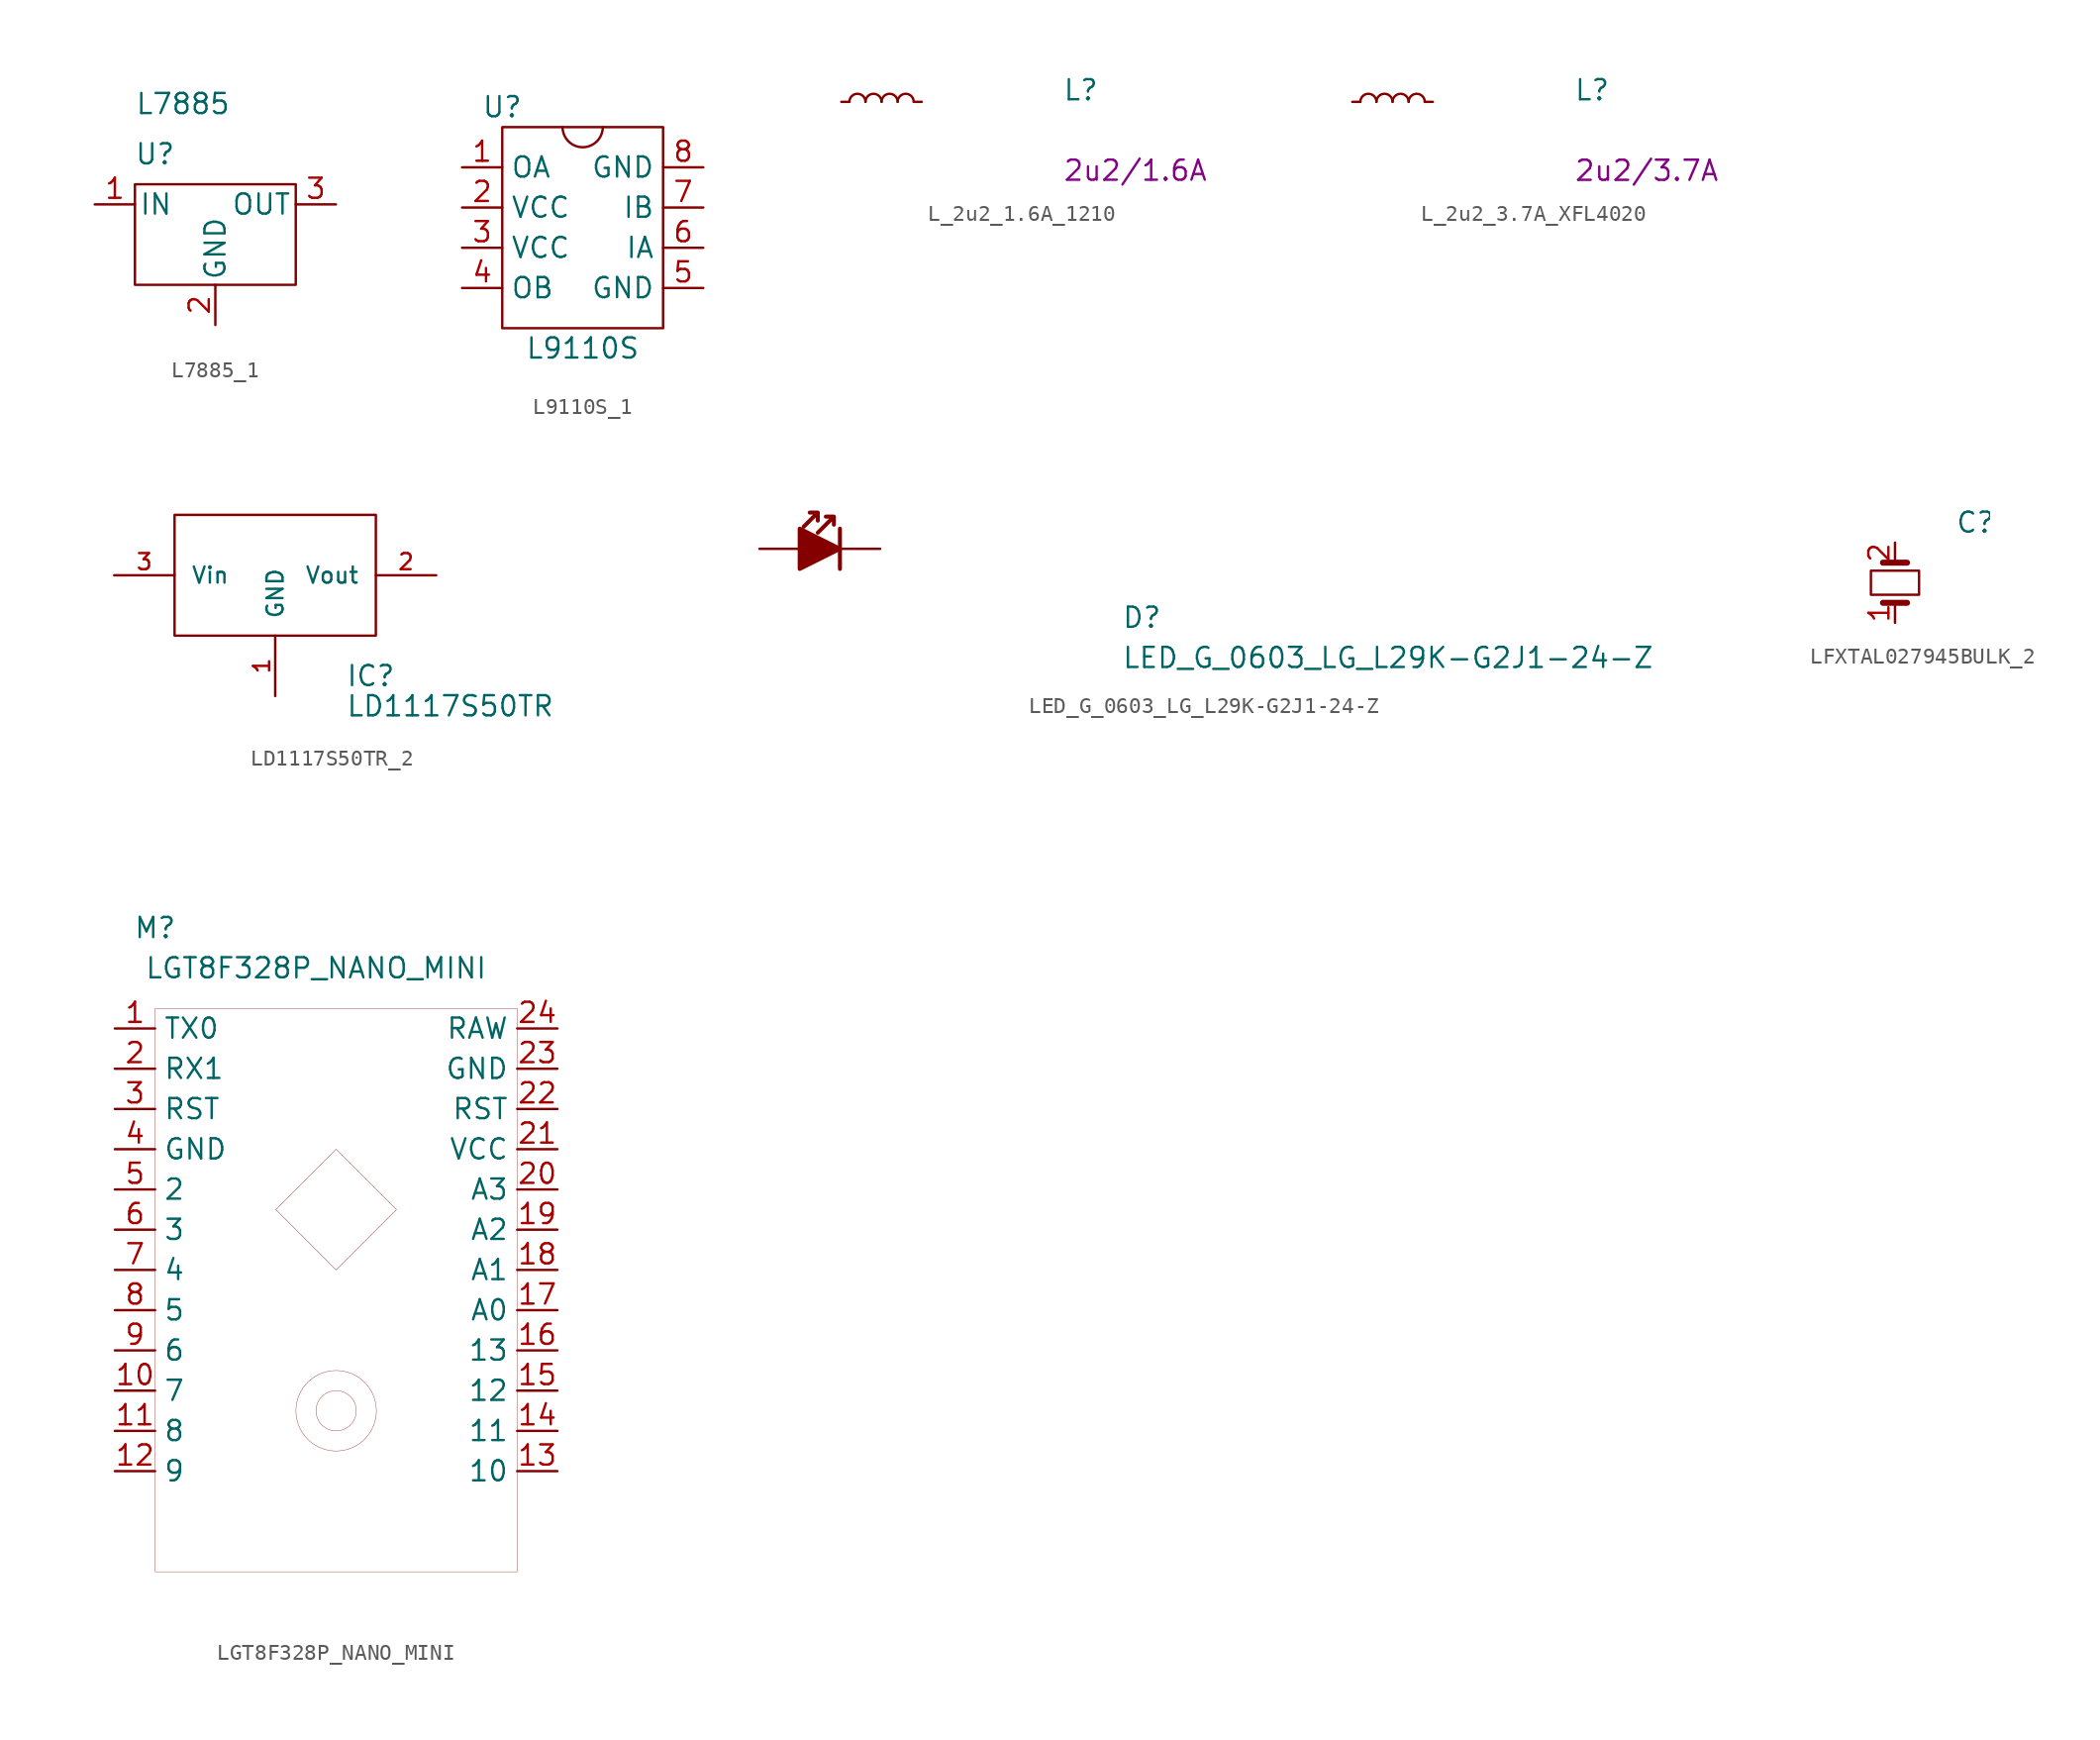
<source format=kicad_sym>
(kicad_symbol_lib
  (version 20231120)
  (generator "kicad_symbol_editor")
  (generator_version "8.0")
  (symbol "L7885_1"
    (pin_names
      (offset 0.254))
    (property "Reference" "U"
      (at -3.81 3.175 0)
      (effects (font (size 1.27 1.27))))
    (property "Value" "L7885"
      (at -5.08 6.35 0)
      (effects (font (size 1.27 1.27)) (justify left)))
    (symbol "L7885_1_0_1"
      (rectangle (start -5.08 1.27) (end 5.08 -5.08) (stroke (width 0) (type default)) (fill (type none))))
    (symbol "L7885_1_1_1"
      (pin power_in line (at -7.62 0 0) (length 2.54) (name "IN" (effects (font (size 1.27 1.27)))) (number "1" (effects (font (size 1.27 1.27)))))
      (pin power_in line (at 0 -7.62 90) (length 2.54) (name "GND" (effects (font (size 1.27 1.27)))) (number "2" (effects (font (size 1.27 1.27)))))
      (pin power_out line (at 7.62 0 180) (length 2.54) (name "OUT" (effects (font (size 1.27 1.27)))) (number "3" (effects (font (size 1.27 1.27)))))))
  (symbol "L9110S_1"
    (property "Reference" "U"
      (at -5.08 7.62 0)
      (effects (font (size 1.27 1.27))))
    (property "Value" "L9110S"
      (at 0 -7.62 0)
      (effects (font (size 1.27 1.27))))
    (symbol "L9110S_1_0_1"
      (rectangle (start -5.08 6.35) (end 5.08 -6.35) (stroke (width 0) (type default)) (fill (type none)))
      (arc (start -1.27 6.35) (mid 0 5.0855) (end 1.27 6.35) (stroke (width 0) (type default)) (fill (type none))))
    (symbol "L9110S_1_1_1"
      (pin input line (at -7.62 3.81 0) (length 2.54) (name "OA" (effects (font (size 1.27 1.27)))) (number "1" (effects (font (size 1.27 1.27)))))
      (pin input line (at -7.62 1.27 0) (length 2.54) (name "VCC" (effects (font (size 1.27 1.27)))) (number "2" (effects (font (size 1.27 1.27)))))
      (pin input line (at -7.62 -1.27 0) (length 2.54) (name "VCC" (effects (font (size 1.27 1.27)))) (number "3" (effects (font (size 1.27 1.27)))))
      (pin input line (at -7.62 -3.81 0) (length 2.54) (name "OB" (effects (font (size 1.27 1.27)))) (number "4" (effects (font (size 1.27 1.27)))))
      (pin input line (at 7.62 -3.81 180) (length 2.54) (name "GND" (effects (font (size 1.27 1.27)))) (number "5" (effects (font (size 1.27 1.27)))))
      (pin input line (at 7.62 -1.27 180) (length 2.54) (name "IA" (effects (font (size 1.27 1.27)))) (number "6" (effects (font (size 1.27 1.27)))))
      (pin input line (at 7.62 1.27 180) (length 2.54) (name "IB" (effects (font (size 1.27 1.27)))) (number "7" (effects (font (size 1.27 1.27)))))
      (pin input line (at 7.62 3.81 180) (length 2.54) (name "GND" (effects (font (size 1.27 1.27)))) (number "8" (effects (font (size 1.27 1.27)))))))
  (symbol "L_2u2_1.6A_1210"
    (pin_numbers hide)
    (pin_names hide)
    (property "Reference" "L"
      (at 13.97 0 0)
      (effects (font (size 1.27 1.27) (thickness 0.15)) (justify left bottom)))
    (property "Val" "2u2/1.6A"
      (at 13.97 -5.08 0)
      (effects (font (size 1.27 1.27) (thickness 0.15)) (justify left bottom)))
    (symbol "L_2u2_1.6A_1210_0_1"
      (arc (start 1.524 0) (mid 1.016 0.5058) (end 0.508 0) (stroke (width 0) (type default)) (fill (type none)))
      (arc (start 2.54 0) (mid 2.032 0.5058) (end 1.524 0) (stroke (width 0) (type default)) (fill (type none)))
      (arc (start 3.556 0) (mid 3.048 0.5058) (end 2.54 0) (stroke (width 0) (type default)) (fill (type none)))
      (arc (start 4.572 0) (mid 4.064 0.5058) (end 3.556 0) (stroke (width 0) (type default)) (fill (type none))))
    (symbol "L_2u2_1.6A_1210_1_1"
      (pin passive line (at 0 0 0) (length 0.508) (name "~" (effects (font (size 1.27 1.27)))) (number "1" (effects (font (size 1.27 1.27)))))
      (pin passive line (at 5.08 0 180) (length 0.508) (name "~" (effects (font (size 1.27 1.27)))) (number "2" (effects (font (size 1.27 1.27)))))))
  (symbol "L_2u2_3.7A_XFL4020"
    (pin_numbers hide)
    (pin_names hide)
    (property "Reference" "L"
      (at 13.97 0 0)
      (effects (font (size 1.27 1.27) (thickness 0.15)) (justify left bottom)))
    (property "Val" "2u2/3.7A"
      (at 13.97 -5.08 0)
      (effects (font (size 1.27 1.27)) (justify left bottom)))
    (symbol "L_2u2_3.7A_XFL4020_0_1"
      (arc (start 1.524 0) (mid 1.016 0.5058) (end 0.508 0) (stroke (width 0) (type default)) (fill (type none)))
      (arc (start 2.54 0) (mid 2.032 0.5058) (end 1.524 0) (stroke (width 0) (type default)) (fill (type none)))
      (arc (start 3.556 0) (mid 3.048 0.5058) (end 2.54 0) (stroke (width 0) (type default)) (fill (type none)))
      (arc (start 4.572 0) (mid 4.064 0.5058) (end 3.556 0) (stroke (width 0) (type default)) (fill (type none))))
    (symbol "L_2u2_3.7A_XFL4020_1_1"
      (pin passive line (at 0 0 0) (length 0.508) (name "~" (effects (font (size 1.27 1.27)))) (number "1" (effects (font (size 1.27 1.27)))))
      (pin passive line (at 5.08 0 180) (length 0.508) (name "~" (effects (font (size 1.27 1.27)))) (number "2" (effects (font (size 1.27 1.27)))))))
  (symbol "LD1117S50TR_2"
    (pin_names
      (offset 1.016))
    (property "Reference" "IC"
      (at 4.445 -6.35 0)
      (effects (font (size 1.27 1.27)) (justify left)))
    (property "Value" "LD1117S50TR"
      (at 4.445 -8.255 0)
      (effects (font (size 1.27 1.27)) (justify left)))
    (symbol "LD1117S50TR_2_1_1"
      (rectangle (start -6.35 -3.81) (end 6.35 3.81) (stroke (width 0) (type default)) (fill (type none)))
      (pin input line (at 0 -7.62 90) (length 3.81) (name "GND" (effects (font (size 1.016 1.016)))) (number "1" (effects (font (size 1.016 1.016)))))
      (pin input line (at 10.16 0 180) (length 3.81) (name "Vout" (effects (font (size 1.016 1.016)))) (number "2" (effects (font (size 1.016 1.016)))))
      (pin input line (at -10.16 0 0) (length 3.81) (name "Vin" (effects (font (size 1.016 1.016)))) (number "3" (effects (font (size 1.016 1.016)))))))
  (symbol "LED_G_0603_LG_L29K-G2J1-24-Z"
    (pin_numbers hide)
    (pin_names hide)
    (property "Reference" "D"
      (at 22.86 -5.08 0)
      (effects (font (size 1.27 1.27) (thickness 0.15)) (justify left bottom)))
    (property "Value" "LED_G_0603_LG_L29K-G2J1-24-Z"
      (at 22.86 -7.62 0)
      (effects (font (size 1.27 1.27) (thickness 0.15)) (justify left bottom)))
    (symbol "LED_G_0603_LG_L29K-G2J1-24-Z_1_1"
      (polyline (pts (xy 5.08 1.27) (xy 5.08 -1.27)) (stroke (width 0.254) (type default)) (fill (type none)))
      (polyline (pts (xy 2.54 1.27) (xy 2.54 -1.27) (xy 5.08 0) (xy 2.54 1.27)) (stroke (width 0.254) (type default)) (fill (type outline)))
      (polyline (pts (xy 3.683 2.286) (xy 3.683 1.778) (xy 3.683 2.286) (xy 3.175 2.286) (xy 3.683 2.286) (xy 2.794 1.397)) (stroke (width 0.254) (type default)) (fill (type none)))
      (polyline (pts (xy 4.699 2.032) (xy 4.699 1.524) (xy 4.699 2.032) (xy 4.191 2.032) (xy 4.699 2.032) (xy 3.683 1.016)) (stroke (width 0.254) (type default)) (fill (type none)))
      (pin passive line (at 0 0 0) (length 2.54) (name "~" (effects (font (size 1.27 1.27)))) (number "1" (effects (font (size 1.27 1.27)))))
      (pin passive line (at 7.62 0 180) (length 2.54) (name "2" (effects (font (size 1.27 1.27)))) (number "2" (effects (font (size 1.27 1.27)))))))
  (symbol "LFXTAL027945BULK_2"
    (pin_names
      (offset 1.016))
    (property "Reference" "C"
      (at 3.81 3.81 0)
      (effects (font (size 1.27 1.27)) (justify left)))
    (symbol "LFXTAL027945BULK_2_1_1"
      (polyline (pts (xy 0.762 -1.27) (xy -0.762 -1.27)) (stroke (width 0.381) (type default)) (fill (type none)))
      (polyline (pts (xy 0.762 1.27) (xy -0.762 1.27)) (stroke (width 0.381) (type default)) (fill (type none)))
      (rectangle (start 1.524 -0.762) (end -1.524 0.762) (stroke (width 0) (type default)) (fill (type none)))
      (pin passive line (at 0 -2.54 90) (length 1.27) (name "~" (effects (font (size 1.27 1.27)))) (number "1" (effects (font (size 1.27 1.27)))))
      (pin passive line (at 0 2.54 270) (length 1.27) (name "~" (effects (font (size 1.27 1.27)))) (number "2" (effects (font (size 1.27 1.27)))))))
  (symbol "LGT8F328P_NANO_MINI"
    (property "Reference" "M"
      (at -11.43 5.08 0)
      (effects (font (size 1.27 1.27))))
    (property "Value" "LGT8F328P_NANO_MINI"
      (at -1.27 2.54 0)
      (effects (font (size 1.27 1.27))))
    (symbol "LGT8F328P_NANO_MINI_0_1"
      (rectangle (start -11.43 0) (end 11.43 -35.56) (stroke (width 0.001) (type default)) (fill (type none)))
      (circle (center 0 -25.4) (radius 1.27) (stroke (width 0.001) (type default)) (fill (type none)))
      (circle (center 0 -25.4) (radius 2.54) (stroke (width 0.001) (type default)) (fill (type none)))
      (polyline (pts (xy 0 -16.51) (xy -3.81 -12.7)) (stroke (width 0.001) (type default)) (fill (type none)))
      (polyline (pts (xy 0 -8.89) (xy -3.81 -12.7)) (stroke (width 0.001) (type default)) (fill (type none)))
      (polyline (pts (xy 0 -8.89) (xy 3.81 -12.7) (xy 0 -16.51)) (stroke (width 0.001) (type default)) (fill (type none))))
    (symbol "LGT8F328P_NANO_MINI_1_1"
      (pin input line (at -13.97 -1.27 0) (length 2.54) (name "TX0" (effects (font (size 1.27 1.27)))) (number "1" (effects (font (size 1.27 1.27)))))
      (pin input line (at -13.97 -24.13 0) (length 2.54) (name "7" (effects (font (size 1.27 1.27)))) (number "10" (effects (font (size 1.27 1.27)))))
      (pin input line (at -13.97 -26.67 0) (length 2.54) (name "8" (effects (font (size 1.27 1.27)))) (number "11" (effects (font (size 1.27 1.27)))))
      (pin input line (at -13.97 -29.21 0) (length 2.54) (name "9" (effects (font (size 1.27 1.27)))) (number "12" (effects (font (size 1.27 1.27)))))
      (pin input line (at 13.97 -29.21 180) (length 2.54) (name "10" (effects (font (size 1.27 1.27)))) (number "13" (effects (font (size 1.27 1.27)))))
      (pin input line (at 13.97 -26.67 180) (length 2.54) (name "11" (effects (font (size 1.27 1.27)))) (number "14" (effects (font (size 1.27 1.27)))))
      (pin input line (at 13.97 -24.13 180) (length 2.54) (name "12" (effects (font (size 1.27 1.27)))) (number "15" (effects (font (size 1.27 1.27)))))
      (pin input line (at 13.97 -21.59 180) (length 2.54) (name "13" (effects (font (size 1.27 1.27)))) (number "16" (effects (font (size 1.27 1.27)))))
      (pin input line (at 13.97 -19.05 180) (length 2.54) (name "A0" (effects (font (size 1.27 1.27)))) (number "17" (effects (font (size 1.27 1.27)))))
      (pin input line (at 13.97 -16.51 180) (length 2.54) (name "A1" (effects (font (size 1.27 1.27)))) (number "18" (effects (font (size 1.27 1.27)))))
      (pin input line (at 13.97 -13.97 180) (length 2.54) (name "A2" (effects (font (size 1.27 1.27)))) (number "19" (effects (font (size 1.27 1.27)))))
      (pin input line (at -13.97 -3.81 0) (length 2.54) (name "RX1" (effects (font (size 1.27 1.27)))) (number "2" (effects (font (size 1.27 1.27)))))
      (pin input line (at 13.97 -11.43 180) (length 2.54) (name "A3" (effects (font (size 1.27 1.27)))) (number "20" (effects (font (size 1.27 1.27)))))
      (pin power_in line (at 13.97 -8.89 180) (length 2.54) (name "VCC" (effects (font (size 1.27 1.27)))) (number "21" (effects (font (size 1.27 1.27)))))
      (pin input line (at 13.97 -6.35 180) (length 2.54) (name "RST" (effects (font (size 1.27 1.27)))) (number "22" (effects (font (size 1.27 1.27)))))
      (pin power_in line (at 13.97 -3.81 180) (length 2.54) (name "GND" (effects (font (size 1.27 1.27)))) (number "23" (effects (font (size 1.27 1.27)))))
      (pin input line (at 13.97 -1.27 180) (length 2.54) (name "RAW" (effects (font (size 1.27 1.27)))) (number "24" (effects (font (size 1.27 1.27)))))
      (pin input line (at -13.97 -6.35 0) (length 2.54) (name "RST" (effects (font (size 1.27 1.27)))) (number "3" (effects (font (size 1.27 1.27)))))
      (pin power_in line (at -13.97 -8.89 0) (length 2.54) (name "GND" (effects (font (size 1.27 1.27)))) (number "4" (effects (font (size 1.27 1.27)))))
      (pin input line (at -13.97 -11.43 0) (length 2.54) (name "2" (effects (font (size 1.27 1.27)))) (number "5" (effects (font (size 1.27 1.27)))))
      (pin input line (at -13.97 -13.97 0) (length 2.54) (name "3" (effects (font (size 1.27 1.27)))) (number "6" (effects (font (size 1.27 1.27)))))
      (pin input line (at -13.97 -16.51 0) (length 2.54) (name "4" (effects (font (size 1.27 1.27)))) (number "7" (effects (font (size 1.27 1.27)))))
      (pin input line (at -13.97 -19.05 0) (length 2.54) (name "5" (effects (font (size 1.27 1.27)))) (number "8" (effects (font (size 1.27 1.27)))))
      (pin input line (at -13.97 -21.59 0) (length 2.54) (name "6" (effects (font (size 1.27 1.27)))) (number "9" (effects (font (size 1.27 1.27))))))))
</source>
